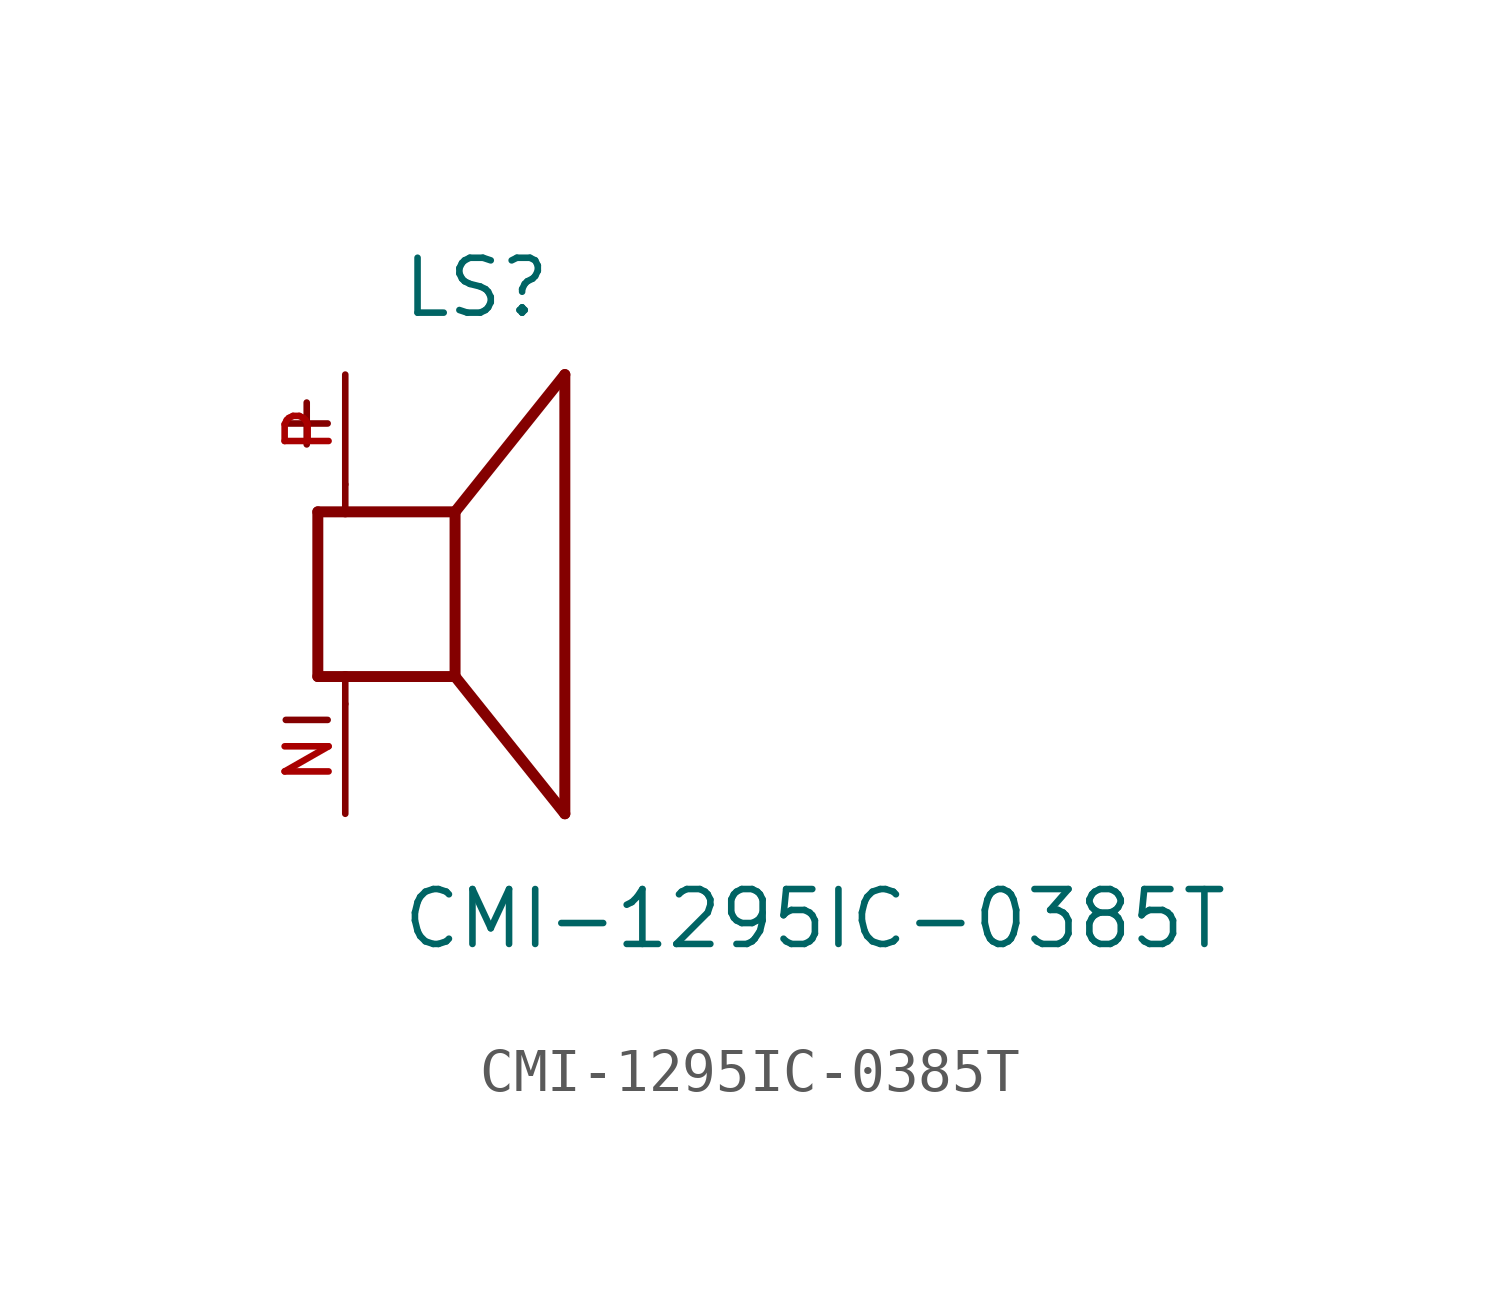
<source format=kicad_sym>
(kicad_symbol_lib
  (version 20211014)
  (generator kicad_symbol_editor)
  (symbol "CMI-1295IC-0385T"
    (pin_names
      (offset 1.016))
    (property "Reference" "LS"
      (at -1.27 6.35 0)
      (effects (font (size 1.27 1.27)) (justify bottom left)))
    (property "Value" "CMI-1295IC-0385T"
      (at -1.27 -8.255 0)
      (effects (font (size 1.27 1.27)) (justify bottom left)))
    (symbol "CMI-1295IC-0385T_0_0"
      (polyline (pts (xy -3.175 1.905) (xy -3.175 -1.905)) (stroke (width 0.254)))
      (polyline (pts (xy -3.175 -1.905) (xy -2.54 -1.905)) (stroke (width 0.254)))
      (polyline (pts (xy 0.0 -1.905) (xy 0.0 1.905)) (stroke (width 0.254)))
      (polyline (pts (xy -3.175 1.905) (xy -2.54 1.905)) (stroke (width 0.254)))
      (polyline (pts (xy 0.0 -1.905) (xy 2.54 -5.08)) (stroke (width 0.254)))
      (polyline (pts (xy 2.54 -5.08) (xy 2.54 5.08)) (stroke (width 0.254)))
      (polyline (pts (xy 0.0 1.905) (xy 2.54 5.08)) (stroke (width 0.254)))
      (polyline (pts (xy -2.54 -2.54) (xy -2.54 -1.905)) (stroke (width 0.152)))
      (polyline (pts (xy -2.54 -1.905) (xy 0.0 -1.905)) (stroke (width 0.254)))
      (polyline (pts (xy -2.54 2.54) (xy -2.54 1.905)) (stroke (width 0.152)))
      (polyline (pts (xy -2.54 1.905) (xy 0.0 1.905)) (stroke (width 0.254)))
      (text "+" (at -4.318 3.302 0) (effects (font (size 1.27 1.27)) (justify bottom left)))
      (text "-" (at -4.318 -3.556 0) (effects (font (size 1.27 1.27)) (justify bottom left)))
      (pin passive line (at -2.54 -5.08 90.0) (length 2.54) (name "~" (effects (font (size 1.016 1.016)))) (number "N" (effects (font (size 1.016 1.016)))))
      (pin passive line (at -2.54 5.08 270.0) (length 2.54) (name "~" (effects (font (size 1.016 1.016)))) (number "P" (effects (font (size 1.016 1.016))))))))
</source>
